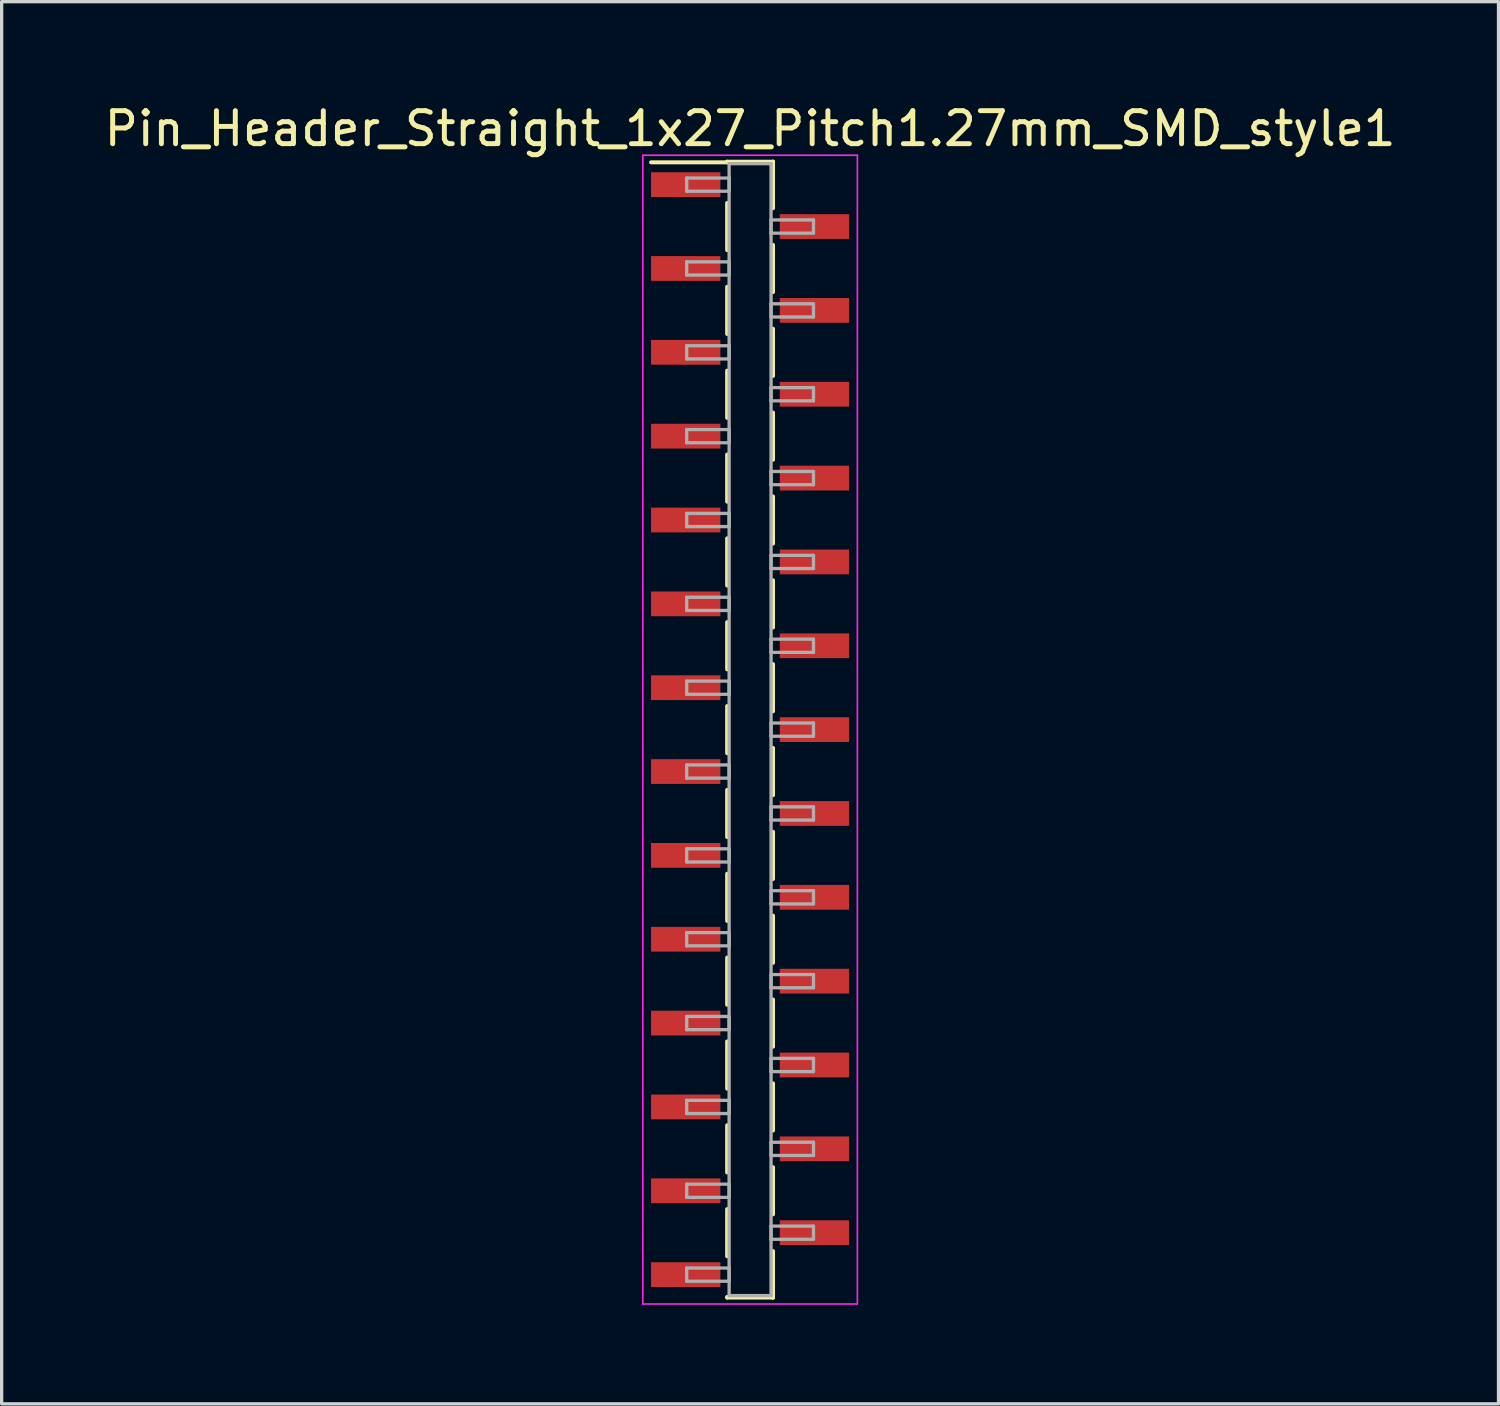
<source format=kicad_pcb>
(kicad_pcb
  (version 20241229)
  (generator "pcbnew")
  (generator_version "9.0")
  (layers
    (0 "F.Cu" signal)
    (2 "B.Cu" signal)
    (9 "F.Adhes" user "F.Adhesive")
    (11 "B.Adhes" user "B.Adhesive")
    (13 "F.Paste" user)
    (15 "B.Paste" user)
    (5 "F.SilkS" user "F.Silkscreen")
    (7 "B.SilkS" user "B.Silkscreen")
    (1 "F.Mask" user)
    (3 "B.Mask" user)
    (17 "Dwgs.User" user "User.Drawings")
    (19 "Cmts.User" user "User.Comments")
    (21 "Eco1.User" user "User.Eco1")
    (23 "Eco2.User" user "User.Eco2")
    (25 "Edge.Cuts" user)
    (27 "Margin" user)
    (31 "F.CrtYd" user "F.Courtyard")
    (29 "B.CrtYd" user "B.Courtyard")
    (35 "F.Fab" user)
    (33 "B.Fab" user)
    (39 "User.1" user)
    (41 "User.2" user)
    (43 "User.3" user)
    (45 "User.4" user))
  (footprint "Pin_Header_Straight_1x27_Pitch1.27mm_SMD_style1"
    (layer "F.Cu")
    (at 19.673 19.053)
    (property "Reference" "Pin_Header_Straight_1x27_Pitch1.27mm_SMD_style1" (at 0 -18.205 0) (layer "F.SilkS") (effects (font (size 1 1) (thickness 0.15))))
    (attr smd)
    (fp_line (start -0.695 -17.205) (end 0.695 -17.205) (stroke (width 0.12) (type solid)) (layer "F.SilkS"))
    (fp_line (start -0.695 -17.185) (end -3 -17.185) (stroke (width 0.12) (type solid)) (layer "F.SilkS"))
    (fp_line (start -0.695 -17.185) (end -0.695 -17.205) (stroke (width 0.12) (type solid)) (layer "F.SilkS"))
    (fp_line (start -0.695 -15.955) (end -0.695 -14.525) (stroke (width 0.12) (type solid)) (layer "F.SilkS"))
    (fp_line (start -0.695 -13.415) (end -0.695 -11.985) (stroke (width 0.12) (type solid)) (layer "F.SilkS"))
    (fp_line (start -0.695 -10.875) (end -0.695 -9.445) (stroke (width 0.12) (type solid)) (layer "F.SilkS"))
    (fp_line (start -0.695 -8.335) (end -0.695 -6.905) (stroke (width 0.12) (type solid)) (layer "F.SilkS"))
    (fp_line (start -0.695 -5.795) (end -0.695 -4.365) (stroke (width 0.12) (type solid)) (layer "F.SilkS"))
    (fp_line (start -0.695 -3.255) (end -0.695 -1.825) (stroke (width 0.12) (type solid)) (layer "F.SilkS"))
    (fp_line (start -0.695 -0.715) (end -0.695 0.715) (stroke (width 0.12) (type solid)) (layer "F.SilkS"))
    (fp_line (start -0.695 1.825) (end -0.695 3.255) (stroke (width 0.12) (type solid)) (layer "F.SilkS"))
    (fp_line (start -0.695 4.365) (end -0.695 5.795) (stroke (width 0.12) (type solid)) (layer "F.SilkS"))
    (fp_line (start -0.695 6.905) (end -0.695 8.335) (stroke (width 0.12) (type solid)) (layer "F.SilkS"))
    (fp_line (start -0.695 9.445) (end -0.695 10.875) (stroke (width 0.12) (type solid)) (layer "F.SilkS"))
    (fp_line (start -0.695 11.985) (end -0.695 13.415) (stroke (width 0.12) (type solid)) (layer "F.SilkS"))
    (fp_line (start -0.695 14.525) (end -0.695 15.955) (stroke (width 0.12) (type solid)) (layer "F.SilkS"))
    (fp_line (start -0.695 17.185) (end -0.695 17.205) (stroke (width 0.12) (type solid)) (layer "F.SilkS"))
    (fp_line (start -0.695 17.205) (end 0.695 17.205) (stroke (width 0.12) (type solid)) (layer "F.SilkS"))
    (fp_line (start 0.695 -17.205) (end 0.695 -17.185) (stroke (width 0.12) (type solid)) (layer "F.SilkS"))
    (fp_line (start 0.695 -17.205) (end 0.695 -15.795) (stroke (width 0.12) (type solid)) (layer "F.SilkS"))
    (fp_line (start 0.695 -14.685) (end 0.695 -13.255) (stroke (width 0.12) (type solid)) (layer "F.SilkS"))
    (fp_line (start 0.695 -12.145) (end 0.695 -10.715) (stroke (width 0.12) (type solid)) (layer "F.SilkS"))
    (fp_line (start 0.695 -9.605) (end 0.695 -8.175) (stroke (width 0.12) (type solid)) (layer "F.SilkS"))
    (fp_line (start 0.695 -7.065) (end 0.695 -5.635) (stroke (width 0.12) (type solid)) (layer "F.SilkS"))
    (fp_line (start 0.695 -4.525) (end 0.695 -3.095) (stroke (width 0.12) (type solid)) (layer "F.SilkS"))
    (fp_line (start 0.695 -1.985) (end 0.695 -0.555) (stroke (width 0.12) (type solid)) (layer "F.SilkS"))
    (fp_line (start 0.695 0.555) (end 0.695 1.985) (stroke (width 0.12) (type solid)) (layer "F.SilkS"))
    (fp_line (start 0.695 3.095) (end 0.695 4.525) (stroke (width 0.12) (type solid)) (layer "F.SilkS"))
    (fp_line (start 0.695 5.635) (end 0.695 7.065) (stroke (width 0.12) (type solid)) (layer "F.SilkS"))
    (fp_line (start 0.695 8.175) (end 0.695 9.605) (stroke (width 0.12) (type solid)) (layer "F.SilkS"))
    (fp_line (start 0.695 10.715) (end 0.695 12.145) (stroke (width 0.12) (type solid)) (layer "F.SilkS"))
    (fp_line (start 0.695 13.255) (end 0.695 14.685) (stroke (width 0.12) (type solid)) (layer "F.SilkS"))
    (fp_line (start 0.695 15.795) (end 0.695 17.205) (stroke (width 0.12) (type solid)) (layer "F.SilkS"))
    (fp_line (start 0.695 17.205) (end 0.695 17.185) (stroke (width 0.12) (type solid)) (layer "F.SilkS"))
    (fp_line (start -3.25 -17.4) (end -3.25 17.4) (stroke (width 0.05) (type solid)) (layer "F.CrtYd"))
    (fp_line (start -3.25 17.4) (end 3.25 17.4) (stroke (width 0.05) (type solid)) (layer "F.CrtYd"))
    (fp_line (start 3.25 -17.4) (end -3.25 -17.4) (stroke (width 0.05) (type solid)) (layer "F.CrtYd"))
    (fp_line (start 3.25 17.4) (end 3.25 -17.4) (stroke (width 0.05) (type solid)) (layer "F.CrtYd"))
    (fp_line (start -1.92 -16.71) (end -0.635 -16.71) (stroke (width 0.1) (type solid)) (layer "F.Fab"))
    (fp_line (start -1.92 -16.31) (end -1.92 -16.71) (stroke (width 0.1) (type solid)) (layer "F.Fab"))
    (fp_line (start -1.92 -14.17) (end -0.635 -14.17) (stroke (width 0.1) (type solid)) (layer "F.Fab"))
    (fp_line (start -1.92 -13.77) (end -1.92 -14.17) (stroke (width 0.1) (type solid)) (layer "F.Fab"))
    (fp_line (start -1.92 -11.63) (end -0.635 -11.63) (stroke (width 0.1) (type solid)) (layer "F.Fab"))
    (fp_line (start -1.92 -11.23) (end -1.92 -11.63) (stroke (width 0.1) (type solid)) (layer "F.Fab"))
    (fp_line (start -1.92 -9.09) (end -0.635 -9.09) (stroke (width 0.1) (type solid)) (layer "F.Fab"))
    (fp_line (start -1.92 -8.69) (end -1.92 -9.09) (stroke (width 0.1) (type solid)) (layer "F.Fab"))
    (fp_line (start -1.92 -6.55) (end -0.635 -6.55) (stroke (width 0.1) (type solid)) (layer "F.Fab"))
    (fp_line (start -1.92 -6.15) (end -1.92 -6.55) (stroke (width 0.1) (type solid)) (layer "F.Fab"))
    (fp_line (start -1.92 -4.01) (end -0.635 -4.01) (stroke (width 0.1) (type solid)) (layer "F.Fab"))
    (fp_line (start -1.92 -3.61) (end -1.92 -4.01) (stroke (width 0.1) (type solid)) (layer "F.Fab"))
    (fp_line (start -1.92 -1.47) (end -0.635 -1.47) (stroke (width 0.1) (type solid)) (layer "F.Fab"))
    (fp_line (start -1.92 -1.07) (end -1.92 -1.47) (stroke (width 0.1) (type solid)) (layer "F.Fab"))
    (fp_line (start -1.92 1.07) (end -0.635 1.07) (stroke (width 0.1) (type solid)) (layer "F.Fab"))
    (fp_line (start -1.92 1.47) (end -1.92 1.07) (stroke (width 0.1) (type solid)) (layer "F.Fab"))
    (fp_line (start -1.92 3.61) (end -0.635 3.61) (stroke (width 0.1) (type solid)) (layer "F.Fab"))
    (fp_line (start -1.92 4.01) (end -1.92 3.61) (stroke (width 0.1) (type solid)) (layer "F.Fab"))
    (fp_line (start -1.92 6.15) (end -0.635 6.15) (stroke (width 0.1) (type solid)) (layer "F.Fab"))
    (fp_line (start -1.92 6.55) (end -1.92 6.15) (stroke (width 0.1) (type solid)) (layer "F.Fab"))
    (fp_line (start -1.92 8.69) (end -0.635 8.69) (stroke (width 0.1) (type solid)) (layer "F.Fab"))
    (fp_line (start -1.92 9.09) (end -1.92 8.69) (stroke (width 0.1) (type solid)) (layer "F.Fab"))
    (fp_line (start -1.92 11.23) (end -0.635 11.23) (stroke (width 0.1) (type solid)) (layer "F.Fab"))
    (fp_line (start -1.92 11.63) (end -1.92 11.23) (stroke (width 0.1) (type solid)) (layer "F.Fab"))
    (fp_line (start -1.92 13.77) (end -0.635 13.77) (stroke (width 0.1) (type solid)) (layer "F.Fab"))
    (fp_line (start -1.92 14.17) (end -1.92 13.77) (stroke (width 0.1) (type solid)) (layer "F.Fab"))
    (fp_line (start -1.92 16.31) (end -0.635 16.31) (stroke (width 0.1) (type solid)) (layer "F.Fab"))
    (fp_line (start -1.92 16.71) (end -1.92 16.31) (stroke (width 0.1) (type solid)) (layer "F.Fab"))
    (fp_line (start -0.635 -17.145) (end -0.635 17.145) (stroke (width 0.1) (type solid)) (layer "F.Fab"))
    (fp_line (start -0.635 -16.71) (end -0.635 -16.31) (stroke (width 0.1) (type solid)) (layer "F.Fab"))
    (fp_line (start -0.635 -16.31) (end -1.92 -16.31) (stroke (width 0.1) (type solid)) (layer "F.Fab"))
    (fp_line (start -0.635 -14.17) (end -0.635 -13.77) (stroke (width 0.1) (type solid)) (layer "F.Fab"))
    (fp_line (start -0.635 -13.77) (end -1.92 -13.77) (stroke (width 0.1) (type solid)) (layer "F.Fab"))
    (fp_line (start -0.635 -11.63) (end -0.635 -11.23) (stroke (width 0.1) (type solid)) (layer "F.Fab"))
    (fp_line (start -0.635 -11.23) (end -1.92 -11.23) (stroke (width 0.1) (type solid)) (layer "F.Fab"))
    (fp_line (start -0.635 -9.09) (end -0.635 -8.69) (stroke (width 0.1) (type solid)) (layer "F.Fab"))
    (fp_line (start -0.635 -8.69) (end -1.92 -8.69) (stroke (width 0.1) (type solid)) (layer "F.Fab"))
    (fp_line (start -0.635 -6.55) (end -0.635 -6.15) (stroke (width 0.1) (type solid)) (layer "F.Fab"))
    (fp_line (start -0.635 -6.15) (end -1.92 -6.15) (stroke (width 0.1) (type solid)) (layer "F.Fab"))
    (fp_line (start -0.635 -4.01) (end -0.635 -3.61) (stroke (width 0.1) (type solid)) (layer "F.Fab"))
    (fp_line (start -0.635 -3.61) (end -1.92 -3.61) (stroke (width 0.1) (type solid)) (layer "F.Fab"))
    (fp_line (start -0.635 -1.47) (end -0.635 -1.07) (stroke (width 0.1) (type solid)) (layer "F.Fab"))
    (fp_line (start -0.635 -1.07) (end -1.92 -1.07) (stroke (width 0.1) (type solid)) (layer "F.Fab"))
    (fp_line (start -0.635 1.07) (end -0.635 1.47) (stroke (width 0.1) (type solid)) (layer "F.Fab"))
    (fp_line (start -0.635 1.47) (end -1.92 1.47) (stroke (width 0.1) (type solid)) (layer "F.Fab"))
    (fp_line (start -0.635 3.61) (end -0.635 4.01) (stroke (width 0.1) (type solid)) (layer "F.Fab"))
    (fp_line (start -0.635 4.01) (end -1.92 4.01) (stroke (width 0.1) (type solid)) (layer "F.Fab"))
    (fp_line (start -0.635 6.15) (end -0.635 6.55) (stroke (width 0.1) (type solid)) (layer "F.Fab"))
    (fp_line (start -0.635 6.55) (end -1.92 6.55) (stroke (width 0.1) (type solid)) (layer "F.Fab"))
    (fp_line (start -0.635 8.69) (end -0.635 9.09) (stroke (width 0.1) (type solid)) (layer "F.Fab"))
    (fp_line (start -0.635 9.09) (end -1.92 9.09) (stroke (width 0.1) (type solid)) (layer "F.Fab"))
    (fp_line (start -0.635 11.23) (end -0.635 11.63) (stroke (width 0.1) (type solid)) (layer "F.Fab"))
    (fp_line (start -0.635 11.63) (end -1.92 11.63) (stroke (width 0.1) (type solid)) (layer "F.Fab"))
    (fp_line (start -0.635 13.77) (end -0.635 14.17) (stroke (width 0.1) (type solid)) (layer "F.Fab"))
    (fp_line (start -0.635 14.17) (end -1.92 14.17) (stroke (width 0.1) (type solid)) (layer "F.Fab"))
    (fp_line (start -0.635 16.31) (end -0.635 16.71) (stroke (width 0.1) (type solid)) (layer "F.Fab"))
    (fp_line (start -0.635 16.71) (end -1.92 16.71) (stroke (width 0.1) (type solid)) (layer "F.Fab"))
    (fp_line (start -0.635 17.145) (end 0.635 17.145) (stroke (width 0.1) (type solid)) (layer "F.Fab"))
    (fp_line (start 0.635 -17.145) (end -0.635 -17.145) (stroke (width 0.1) (type solid)) (layer "F.Fab"))
    (fp_line (start 0.635 -15.44) (end 0.635 -15.04) (stroke (width 0.1) (type solid)) (layer "F.Fab"))
    (fp_line (start 0.635 -15.04) (end 1.92 -15.04) (stroke (width 0.1) (type solid)) (layer "F.Fab"))
    (fp_line (start 0.635 -12.9) (end 0.635 -12.5) (stroke (width 0.1) (type solid)) (layer "F.Fab"))
    (fp_line (start 0.635 -12.5) (end 1.92 -12.5) (stroke (width 0.1) (type solid)) (layer "F.Fab"))
    (fp_line (start 0.635 -10.36) (end 0.635 -9.96) (stroke (width 0.1) (type solid)) (layer "F.Fab"))
    (fp_line (start 0.635 -9.96) (end 1.92 -9.96) (stroke (width 0.1) (type solid)) (layer "F.Fab"))
    (fp_line (start 0.635 -7.82) (end 0.635 -7.42) (stroke (width 0.1) (type solid)) (layer "F.Fab"))
    (fp_line (start 0.635 -7.42) (end 1.92 -7.42) (stroke (width 0.1) (type solid)) (layer "F.Fab"))
    (fp_line (start 0.635 -5.28) (end 0.635 -4.88) (stroke (width 0.1) (type solid)) (layer "F.Fab"))
    (fp_line (start 0.635 -4.88) (end 1.92 -4.88) (stroke (width 0.1) (type solid)) (layer "F.Fab"))
    (fp_line (start 0.635 -2.74) (end 0.635 -2.34) (stroke (width 0.1) (type solid)) (layer "F.Fab"))
    (fp_line (start 0.635 -2.34) (end 1.92 -2.34) (stroke (width 0.1) (type solid)) (layer "F.Fab"))
    (fp_line (start 0.635 -0.2) (end 0.635 0.2) (stroke (width 0.1) (type solid)) (layer "F.Fab"))
    (fp_line (start 0.635 0.2) (end 1.92 0.2) (stroke (width 0.1) (type solid)) (layer "F.Fab"))
    (fp_line (start 0.635 2.34) (end 0.635 2.74) (stroke (width 0.1) (type solid)) (layer "F.Fab"))
    (fp_line (start 0.635 2.74) (end 1.92 2.74) (stroke (width 0.1) (type solid)) (layer "F.Fab"))
    (fp_line (start 0.635 4.88) (end 0.635 5.28) (stroke (width 0.1) (type solid)) (layer "F.Fab"))
    (fp_line (start 0.635 5.28) (end 1.92 5.28) (stroke (width 0.1) (type solid)) (layer "F.Fab"))
    (fp_line (start 0.635 7.42) (end 0.635 7.82) (stroke (width 0.1) (type solid)) (layer "F.Fab"))
    (fp_line (start 0.635 7.82) (end 1.92 7.82) (stroke (width 0.1) (type solid)) (layer "F.Fab"))
    (fp_line (start 0.635 9.96) (end 0.635 10.36) (stroke (width 0.1) (type solid)) (layer "F.Fab"))
    (fp_line (start 0.635 10.36) (end 1.92 10.36) (stroke (width 0.1) (type solid)) (layer "F.Fab"))
    (fp_line (start 0.635 12.5) (end 0.635 12.9) (stroke (width 0.1) (type solid)) (layer "F.Fab"))
    (fp_line (start 0.635 12.9) (end 1.92 12.9) (stroke (width 0.1) (type solid)) (layer "F.Fab"))
    (fp_line (start 0.635 15.04) (end 0.635 15.44) (stroke (width 0.1) (type solid)) (layer "F.Fab"))
    (fp_line (start 0.635 15.44) (end 1.92 15.44) (stroke (width 0.1) (type solid)) (layer "F.Fab"))
    (fp_line (start 0.635 17.145) (end 0.635 -17.145) (stroke (width 0.1) (type solid)) (layer "F.Fab"))
    (fp_line (start 1.92 -15.44) (end 0.635 -15.44) (stroke (width 0.1) (type solid)) (layer "F.Fab"))
    (fp_line (start 1.92 -15.04) (end 1.92 -15.44) (stroke (width 0.1) (type solid)) (layer "F.Fab"))
    (fp_line (start 1.92 -12.9) (end 0.635 -12.9) (stroke (width 0.1) (type solid)) (layer "F.Fab"))
    (fp_line (start 1.92 -12.5) (end 1.92 -12.9) (stroke (width 0.1) (type solid)) (layer "F.Fab"))
    (fp_line (start 1.92 -10.36) (end 0.635 -10.36) (stroke (width 0.1) (type solid)) (layer "F.Fab"))
    (fp_line (start 1.92 -9.96) (end 1.92 -10.36) (stroke (width 0.1) (type solid)) (layer "F.Fab"))
    (fp_line (start 1.92 -7.82) (end 0.635 -7.82) (stroke (width 0.1) (type solid)) (layer "F.Fab"))
    (fp_line (start 1.92 -7.42) (end 1.92 -7.82) (stroke (width 0.1) (type solid)) (layer "F.Fab"))
    (fp_line (start 1.92 -5.28) (end 0.635 -5.28) (stroke (width 0.1) (type solid)) (layer "F.Fab"))
    (fp_line (start 1.92 -4.88) (end 1.92 -5.28) (stroke (width 0.1) (type solid)) (layer "F.Fab"))
    (fp_line (start 1.92 -2.74) (end 0.635 -2.74) (stroke (width 0.1) (type solid)) (layer "F.Fab"))
    (fp_line (start 1.92 -2.34) (end 1.92 -2.74) (stroke (width 0.1) (type solid)) (layer "F.Fab"))
    (fp_line (start 1.92 -0.2) (end 0.635 -0.2) (stroke (width 0.1) (type solid)) (layer "F.Fab"))
    (fp_line (start 1.92 0.2) (end 1.92 -0.2) (stroke (width 0.1) (type solid)) (layer "F.Fab"))
    (fp_line (start 1.92 2.34) (end 0.635 2.34) (stroke (width 0.1) (type solid)) (layer "F.Fab"))
    (fp_line (start 1.92 2.74) (end 1.92 2.34) (stroke (width 0.1) (type solid)) (layer "F.Fab"))
    (fp_line (start 1.92 4.88) (end 0.635 4.88) (stroke (width 0.1) (type solid)) (layer "F.Fab"))
    (fp_line (start 1.92 5.28) (end 1.92 4.88) (stroke (width 0.1) (type solid)) (layer "F.Fab"))
    (fp_line (start 1.92 7.42) (end 0.635 7.42) (stroke (width 0.1) (type solid)) (layer "F.Fab"))
    (fp_line (start 1.92 7.82) (end 1.92 7.42) (stroke (width 0.1) (type solid)) (layer "F.Fab"))
    (fp_line (start 1.92 9.96) (end 0.635 9.96) (stroke (width 0.1) (type solid)) (layer "F.Fab"))
    (fp_line (start 1.92 10.36) (end 1.92 9.96) (stroke (width 0.1) (type solid)) (layer "F.Fab"))
    (fp_line (start 1.92 12.5) (end 0.635 12.5) (stroke (width 0.1) (type solid)) (layer "F.Fab"))
    (fp_line (start 1.92 12.9) (end 1.92 12.5) (stroke (width 0.1) (type solid)) (layer "F.Fab"))
    (fp_line (start 1.92 15.04) (end 0.635 15.04) (stroke (width 0.1) (type solid)) (layer "F.Fab"))
    (fp_line (start 1.92 15.44) (end 1.92 15.04) (stroke (width 0.1) (type solid)) (layer "F.Fab"))
    (pad "1" smd rect (at -1.95 -16.51) (size 2.1 0.75) (layers "F.Cu" "F.Mask"))
    (pad "2" smd rect (at 1.95 -15.24) (size 2.1 0.75) (layers "F.Cu" "F.Mask"))
    (pad "3" smd rect (at -1.95 -13.97) (size 2.1 0.75) (layers "F.Cu" "F.Mask"))
    (pad "4" smd rect (at 1.95 -12.7) (size 2.1 0.75) (layers "F.Cu" "F.Mask"))
    (pad "5" smd rect (at -1.95 -11.43) (size 2.1 0.75) (layers "F.Cu" "F.Mask"))
    (pad "6" smd rect (at 1.95 -10.16) (size 2.1 0.75) (layers "F.Cu" "F.Mask"))
    (pad "7" smd rect (at -1.95 -8.89) (size 2.1 0.75) (layers "F.Cu" "F.Mask"))
    (pad "8" smd rect (at 1.95 -7.62) (size 2.1 0.75) (layers "F.Cu" "F.Mask"))
    (pad "9" smd rect (at -1.95 -6.35) (size 2.1 0.75) (layers "F.Cu" "F.Mask"))
    (pad "10" smd rect (at 1.95 -5.08) (size 2.1 0.75) (layers "F.Cu" "F.Mask"))
    (pad "11" smd rect (at -1.95 -3.81) (size 2.1 0.75) (layers "F.Cu" "F.Mask"))
    (pad "12" smd rect (at 1.95 -2.54) (size 2.1 0.75) (layers "F.Cu" "F.Mask"))
    (pad "13" smd rect (at -1.95 -1.27) (size 2.1 0.75) (layers "F.Cu" "F.Mask"))
    (pad "14" smd rect (at 1.95 0) (size 2.1 0.75) (layers "F.Cu" "F.Mask"))
    (pad "15" smd rect (at -1.95 1.27) (size 2.1 0.75) (layers "F.Cu" "F.Mask"))
    (pad "16" smd rect (at 1.95 2.54) (size 2.1 0.75) (layers "F.Cu" "F.Mask"))
    (pad "17" smd rect (at -1.95 3.81) (size 2.1 0.75) (layers "F.Cu" "F.Mask"))
    (pad "18" smd rect (at 1.95 5.08) (size 2.1 0.75) (layers "F.Cu" "F.Mask"))
    (pad "19" smd rect (at -1.95 6.35) (size 2.1 0.75) (layers "F.Cu" "F.Mask"))
    (pad "20" smd rect (at 1.95 7.62) (size 2.1 0.75) (layers "F.Cu" "F.Mask"))
    (pad "21" smd rect (at -1.95 8.89) (size 2.1 0.75) (layers "F.Cu" "F.Mask"))
    (pad "22" smd rect (at 1.95 10.16) (size 2.1 0.75) (layers "F.Cu" "F.Mask"))
    (pad "23" smd rect (at -1.95 11.43) (size 2.1 0.75) (layers "F.Cu" "F.Mask"))
    (pad "24" smd rect (at 1.95 12.7) (size 2.1 0.75) (layers "F.Cu" "F.Mask"))
    (pad "25" smd rect (at -1.95 13.97) (size 2.1 0.75) (layers "F.Cu" "F.Mask"))
    (pad "26" smd rect (at 1.95 15.24) (size 2.1 0.75) (layers "F.Cu" "F.Mask"))
    (pad "27" smd rect (at -1.95 16.51) (size 2.1 0.75) (layers "F.Cu" "F.Mask")))
  (gr_rect
    (start -3 -3)
    (end 42.345 39.478)
    (stroke (width 0.1) (type default))
    (fill no)
    (layer "Edge.Cuts")))
</source>
